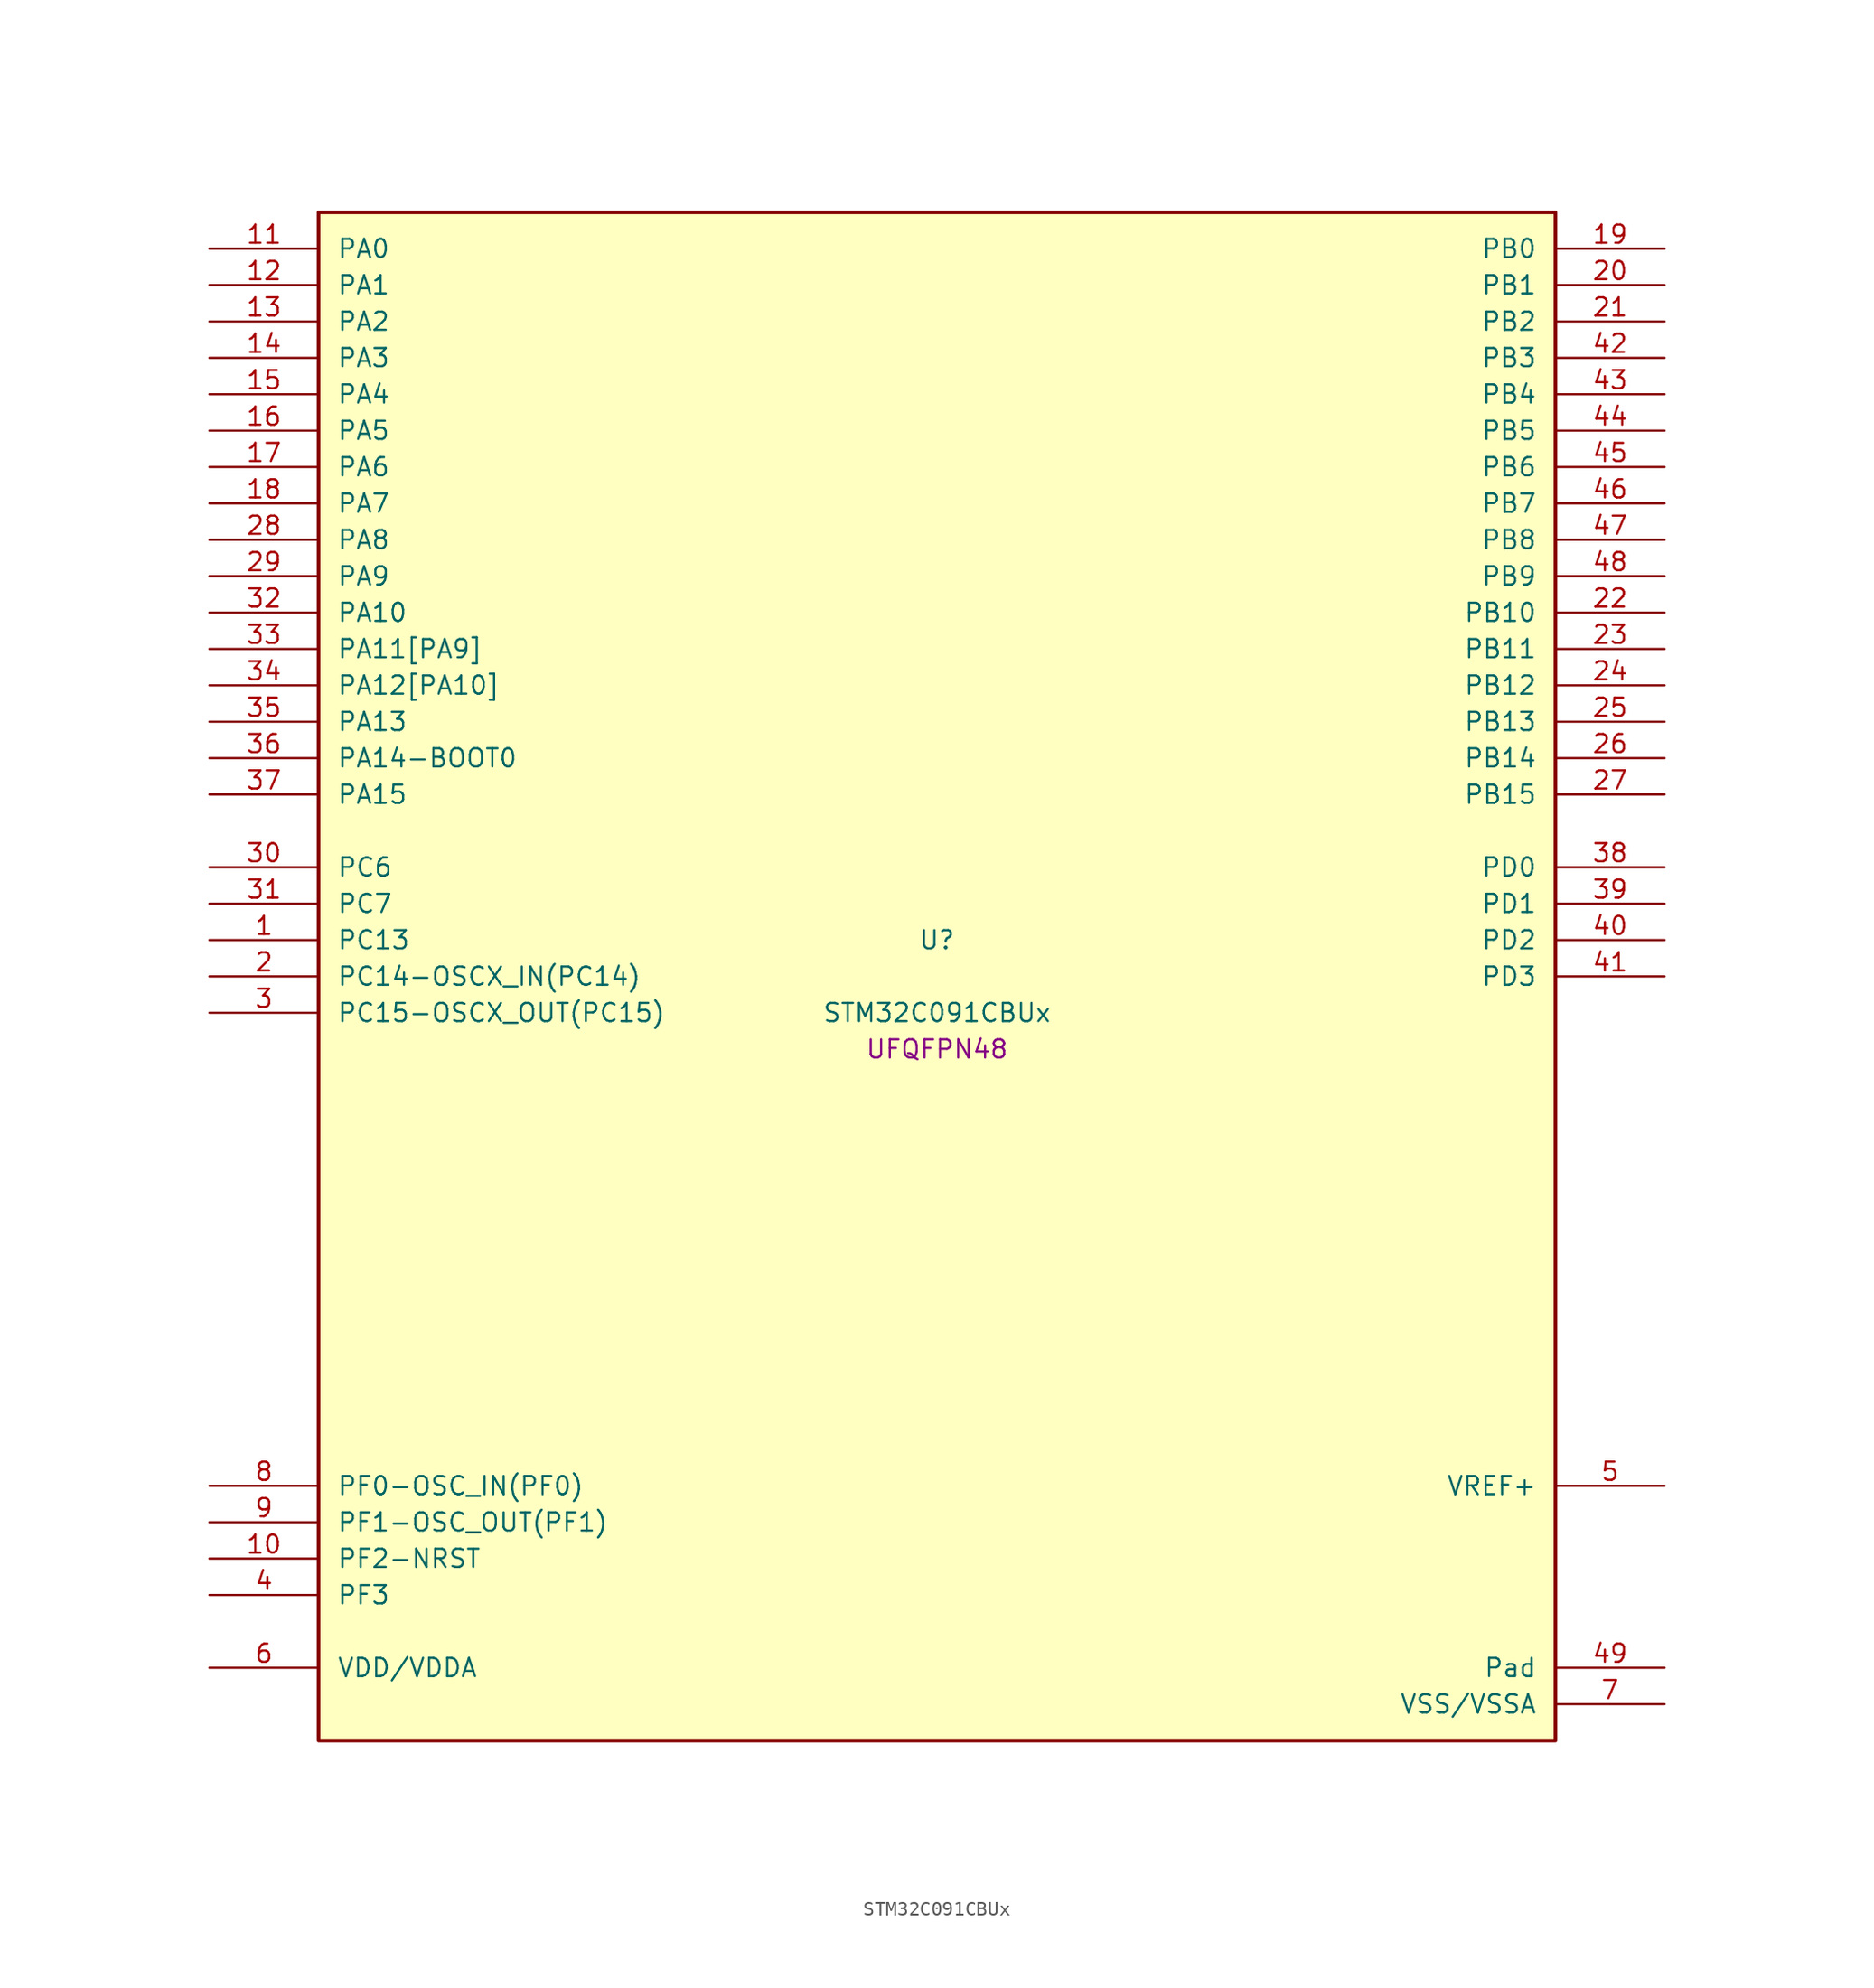
<source format=kicad_sym>
(kicad_symbol_lib
  (version 20241209)
  (generator "stm32_pkl_generator")
  (generator_version "1.0")
  (symbol "STM32C091CBUx"
    (pin_names
      (offset 1.27))
    (property "Reference" "U"
      (at 0 2.54 0))
    (property "Value" "STM32C091CBUx"
      (at 0 -2.54 0))
    (property "Footprint" "UFQFPN48"
      (at 0 -5.08 0))
    (symbol "STM32C091CBUx_1_1"
      (rectangle (start -43.18 53.34) (end 43.18 -53.34) (stroke (width 0.254) (type solid)) (fill (type background)))
      (pin bidirectional line (at -50.8 50.8 0) (length 7.62) (name "PA0") (number "11") (alternate "PA0/ADC1_IN0" bidirectional line) (alternate "PA0/PWR_WKUP1" bidirectional line) (alternate "PA0/SPI2_SCK" bidirectional line) (alternate "PA0/TIM16_CH1" bidirectional line) (alternate "PA0/TIM1_CH1" bidirectional line) (alternate "PA0/TIM2_CH1" bidirectional line) (alternate "PA0/TIM2_ETR" bidirectional line) (alternate "PA0/USART1_TX" bidirectional line) (alternate "PA0/USART2_CTS" bidirectional line) (alternate "PA0/USART2_NSS" bidirectional line) (alternate "PA0/USART4_TX" bidirectional line))
      (pin bidirectional line (at -50.8 48.26 0) (length 7.62) (name "PA1") (number "12") (alternate "PA1/ADC1_IN1" bidirectional line) (alternate "PA1/I2C1_SMBA" bidirectional line) (alternate "PA1/I2S1_CK" bidirectional line) (alternate "PA1/SPI1_SCK" bidirectional line) (alternate "PA1/TIM15_CH1N" bidirectional line) (alternate "PA1/TIM17_CH1" bidirectional line) (alternate "PA1/TIM1_CH2" bidirectional line) (alternate "PA1/TIM2_CH2" bidirectional line) (alternate "PA1/USART1_RX" bidirectional line) (alternate "PA1/USART2_CK" bidirectional line) (alternate "PA1/USART2_DE" bidirectional line) (alternate "PA1/USART2_RTS" bidirectional line) (alternate "PA1/USART4_RX" bidirectional line))
      (pin bidirectional line (at -50.8 45.72 0) (length 7.62) (name "PA2") (number "13") (alternate "PA2/ADC1_IN2" bidirectional line) (alternate "PA2/I2S1_SD" bidirectional line) (alternate "PA2/PWR_WKUP4" bidirectional line) (alternate "PA2/RCC_LSCO" bidirectional line) (alternate "PA2/SPI1_MOSI" bidirectional line) (alternate "PA2/TIM15_CH1" bidirectional line) (alternate "PA2/TIM16_CH1N" bidirectional line) (alternate "PA2/TIM1_CH3" bidirectional line) (alternate "PA2/TIM2_CH3" bidirectional line) (alternate "PA2/TIM3_ETR" bidirectional line) (alternate "PA2/USART2_TX" bidirectional line))
      (pin bidirectional line (at -50.8 43.18 0) (length 7.62) (name "PA3") (number "14") (alternate "PA3/ADC1_IN3" bidirectional line) (alternate "PA3/SPI2_MISO" bidirectional line) (alternate "PA3/TIM15_CH2" bidirectional line) (alternate "PA3/TIM1_CH1N" bidirectional line) (alternate "PA3/TIM1_CH4" bidirectional line) (alternate "PA3/TIM2_CH4" bidirectional line) (alternate "PA3/USART2_RX" bidirectional line))
      (pin bidirectional line (at -50.8 40.64 0) (length 7.62) (name "PA4") (number "15") (alternate "PA4/ADC1_IN4" bidirectional line) (alternate "PA4/I2S1_WS" bidirectional line) (alternate "PA4/RTC_OUT2" bidirectional line) (alternate "PA4/SPI1_NSS" bidirectional line) (alternate "PA4/SPI2_MOSI" bidirectional line) (alternate "PA4/TIM14_CH1" bidirectional line) (alternate "PA4/TIM17_CH1N" bidirectional line) (alternate "PA4/TIM1_CH2N" bidirectional line) (alternate "PA4/USART2_TX" bidirectional line))
      (pin bidirectional line (at -50.8 38.1 0) (length 7.62) (name "PA5") (number "16") (alternate "PA5/ADC1_IN5" bidirectional line) (alternate "PA5/I2S1_CK" bidirectional line) (alternate "PA5/SPI1_SCK" bidirectional line) (alternate "PA5/TIM1_CH1" bidirectional line) (alternate "PA5/TIM1_CH3N" bidirectional line) (alternate "PA5/TIM2_CH1" bidirectional line) (alternate "PA5/TIM2_ETR" bidirectional line) (alternate "PA5/USART2_RX" bidirectional line) (alternate "PA5/USART3_TX" bidirectional line))
      (pin bidirectional line (at -50.8 35.56 0) (length 7.62) (name "PA6") (number "17") (alternate "PA6/ADC1_IN6" bidirectional line) (alternate "PA6/I2C2_SDA" bidirectional line) (alternate "PA6/I2S1_MCK" bidirectional line) (alternate "PA6/SPI1_MISO" bidirectional line) (alternate "PA6/TIM16_CH1" bidirectional line) (alternate "PA6/TIM1_BKIN" bidirectional line) (alternate "PA6/TIM3_CH1" bidirectional line) (alternate "PA6/USART3_CTS" bidirectional line) (alternate "PA6/USART3_NSS" bidirectional line))
      (pin bidirectional line (at -50.8 33.02 0) (length 7.62) (name "PA7") (number "18") (alternate "PA7/ADC1_IN7" bidirectional line) (alternate "PA7/I2C2_SCL" bidirectional line) (alternate "PA7/I2S1_SD" bidirectional line) (alternate "PA7/SPI1_MOSI" bidirectional line) (alternate "PA7/TIM14_CH1" bidirectional line) (alternate "PA7/TIM17_CH1" bidirectional line) (alternate "PA7/TIM1_CH1N" bidirectional line) (alternate "PA7/TIM3_CH2" bidirectional line))
      (pin bidirectional line (at -50.8 30.48 0) (length 7.62) (name "PA8") (number "28") (alternate "PA8/ADC1_IN8" bidirectional line) (alternate "PA8/I2S1_WS" bidirectional line) (alternate "PA8/RCC_MCO" bidirectional line) (alternate "PA8/RCC_MCO_2" bidirectional line) (alternate "PA8/SPI1_NSS" bidirectional line) (alternate "PA8/SPI2_MISO" bidirectional line) (alternate "PA8/SPI2_NSS" bidirectional line) (alternate "PA8/TIM14_CH1" bidirectional line) (alternate "PA8/TIM1_CH1" bidirectional line) (alternate "PA8/TIM1_CH2N" bidirectional line) (alternate "PA8/TIM1_CH3N" bidirectional line) (alternate "PA8/TIM3_CH3" bidirectional line) (alternate "PA8/TIM3_CH4" bidirectional line) (alternate "PA8/USART1_RX" bidirectional line) (alternate "PA8/USART2_TX" bidirectional line))
      (pin bidirectional line (at -50.8 27.94 0) (length 7.62) (name "PA9") (number "29") (alternate "PA9/I2C1_SCL" bidirectional line) (alternate "PA9/I2C2_SCL" bidirectional line) (alternate "PA9/RCC_MCO" bidirectional line) (alternate "PA9/SPI2_MISO" bidirectional line) (alternate "PA9/TIM15_BKIN" bidirectional line) (alternate "PA9/TIM1_CH2" bidirectional line) (alternate "PA9/TIM3_ETR" bidirectional line) (alternate "PA9/USART1_TX" bidirectional line) (alternate "PA9/NC" bidirectional line))
      (pin bidirectional line (at -50.8 25.4 0) (length 7.62) (name "PA10") (number "32") (alternate "PA10/I2C1_SDA" bidirectional line) (alternate "PA10/I2C2_SDA" bidirectional line) (alternate "PA10/RCC_MCO_2" bidirectional line) (alternate "PA10/SPI2_MOSI" bidirectional line) (alternate "PA10/TIM17_BKIN" bidirectional line) (alternate "PA10/TIM1_CH3" bidirectional line) (alternate "PA10/USART1_RX" bidirectional line) (alternate "PA10/NC" bidirectional line))
      (pin bidirectional line (at -50.8 22.86 0) (length 7.62) (name "PA11[PA9]") (number "33") (alternate "PA11[PA9]/ADC1_EXTI11" bidirectional line) (alternate "PA11[PA9]/I2C2_SCL" bidirectional line) (alternate "PA11[PA9]/I2S1_MCK" bidirectional line) (alternate "PA11[PA9]/SPI1_MISO" bidirectional line) (alternate "PA11[PA9]/TIM1_BKIN2" bidirectional line) (alternate "PA11[PA9]/TIM1_CH4" bidirectional line) (alternate "PA11[PA9]/USART1_CTS" bidirectional line) (alternate "PA11[PA9]/USART1_NSS" bidirectional line) (alternate "PA11[PA9]/PA9[PA11]" bidirectional line) (alternate "PA11[PA9]/I2C1_SCL" bidirectional line) (alternate "PA11[PA9]/RCC_MCO" bidirectional line) (alternate "PA11[PA9]/SPI2_MISO" bidirectional line) (alternate "PA11[PA9]/TIM15_BKIN" bidirectional line) (alternate "PA11[PA9]/TIM1_CH2" bidirectional line) (alternate "PA11[PA9]/TIM3_ETR" bidirectional line) (alternate "PA11[PA9]/USART1_TX" bidirectional line))
      (pin bidirectional line (at -50.8 20.32 0) (length 7.62) (name "PA12[PA10]") (number "34") (alternate "PA12[PA10]/I2C2_SDA" bidirectional line) (alternate "PA12[PA10]/I2S1_SD" bidirectional line) (alternate "PA12[PA10]/I2S_CKIN" bidirectional line) (alternate "PA12[PA10]/SPI1_MOSI" bidirectional line) (alternate "PA12[PA10]/TIM1_ETR" bidirectional line) (alternate "PA12[PA10]/USART1_CK" bidirectional line) (alternate "PA12[PA10]/USART1_DE" bidirectional line) (alternate "PA12[PA10]/USART1_RTS" bidirectional line) (alternate "PA12[PA10]/PA10[PA12]" bidirectional line) (alternate "PA12[PA10]/I2C1_SDA" bidirectional line) (alternate "PA12[PA10]/RCC_MCO_2" bidirectional line) (alternate "PA12[PA10]/SPI2_MOSI" bidirectional line) (alternate "PA12[PA10]/TIM17_BKIN" bidirectional line) (alternate "PA12[PA10]/TIM1_CH3" bidirectional line) (alternate "PA12[PA10]/USART1_RX" bidirectional line))
      (pin bidirectional line (at -50.8 17.78 0) (length 7.62) (name "PA13") (number "35") (alternate "PA13/ADC1_IN13" bidirectional line) (alternate "PA13/DEBUG_SWDIO" bidirectional line) (alternate "PA13/IR_OUT" bidirectional line) (alternate "PA13/TIM3_ETR" bidirectional line) (alternate "PA13/USART2_RX" bidirectional line))
      (pin bidirectional line (at -50.8 15.24 0) (length 7.62) (name "PA14-BOOT0") (number "36") (alternate "PA14-BOOT0/ADC1_IN14" bidirectional line) (alternate "PA14-BOOT0/BOOT0" bidirectional line) (alternate "PA14-BOOT0/DEBUG_SWCLK" bidirectional line) (alternate "PA14-BOOT0/I2S1_WS" bidirectional line) (alternate "PA14-BOOT0/RCC_MCO_2" bidirectional line) (alternate "PA14-BOOT0/SPI1_NSS" bidirectional line) (alternate "PA14-BOOT0/TIM1_CH1" bidirectional line) (alternate "PA14-BOOT0/USART1_CK" bidirectional line) (alternate "PA14-BOOT0/USART1_DE" bidirectional line) (alternate "PA14-BOOT0/USART1_RTS" bidirectional line) (alternate "PA14-BOOT0/USART2_RX" bidirectional line) (alternate "PA14-BOOT0/USART2_TX" bidirectional line))
      (pin bidirectional line (at -50.8 12.7 0) (length 7.62) (name "PA15") (number "37") (alternate "PA15/I2S1_WS" bidirectional line) (alternate "PA15/RCC_MCO_2" bidirectional line) (alternate "PA15/SPI1_NSS" bidirectional line) (alternate "PA15/TIM1_CH1" bidirectional line) (alternate "PA15/TIM2_CH1" bidirectional line) (alternate "PA15/TIM2_ETR" bidirectional line) (alternate "PA15/USART1_CK" bidirectional line) (alternate "PA15/USART1_DE" bidirectional line) (alternate "PA15/USART1_RTS" bidirectional line) (alternate "PA15/USART2_RX" bidirectional line) (alternate "PA15/USART3_CK" bidirectional line) (alternate "PA15/USART3_DE" bidirectional line) (alternate "PA15/USART3_RTS" bidirectional line) (alternate "PA15/USART4_CK" bidirectional line) (alternate "PA15/USART4_DE" bidirectional line) (alternate "PA15/USART4_RTS" bidirectional line))
      (pin bidirectional line (at 50.8 50.8 180) (length 7.62) (name "PB0") (number "19") (alternate "PB0/ADC1_IN17" bidirectional line) (alternate "PB0/I2S1_WS" bidirectional line) (alternate "PB0/SPI1_NSS" bidirectional line) (alternate "PB0/TIM1_CH2N" bidirectional line) (alternate "PB0/TIM3_CH3" bidirectional line) (alternate "PB0/USART3_RX" bidirectional line))
      (pin bidirectional line (at 50.8 48.26 180) (length 7.62) (name "PB1") (number "20") (alternate "PB1/ADC1_IN18" bidirectional line) (alternate "PB1/TIM14_CH1" bidirectional line) (alternate "PB1/TIM1_CH2N" bidirectional line) (alternate "PB1/TIM1_CH3N" bidirectional line) (alternate "PB1/TIM3_CH4" bidirectional line) (alternate "PB1/USART3_CK" bidirectional line) (alternate "PB1/USART3_DE" bidirectional line) (alternate "PB1/USART3_RTS" bidirectional line))
      (pin bidirectional line (at 50.8 45.72 180) (length 7.62) (name "PB2") (number "21") (alternate "PB2/ADC1_IN19" bidirectional line) (alternate "PB2/RCC_MCO_2" bidirectional line) (alternate "PB2/SPI2_MISO" bidirectional line) (alternate "PB2/USART1_RX" bidirectional line) (alternate "PB2/USART3_TX" bidirectional line))
      (pin bidirectional line (at 50.8 43.18 180) (length 7.62) (name "PB3") (number "42") (alternate "PB3/I2C2_SCL" bidirectional line) (alternate "PB3/I2S1_CK" bidirectional line) (alternate "PB3/SPI1_SCK" bidirectional line) (alternate "PB3/TIM1_CH2" bidirectional line) (alternate "PB3/TIM2_CH2" bidirectional line) (alternate "PB3/TIM3_CH2" bidirectional line) (alternate "PB3/USART1_CK" bidirectional line) (alternate "PB3/USART1_DE" bidirectional line) (alternate "PB3/USART1_RTS" bidirectional line))
      (pin bidirectional line (at 50.8 40.64 180) (length 7.62) (name "PB4") (number "43") (alternate "PB4/I2C2_SDA" bidirectional line) (alternate "PB4/I2S1_MCK" bidirectional line) (alternate "PB4/SPI1_MISO" bidirectional line) (alternate "PB4/TIM17_BKIN" bidirectional line) (alternate "PB4/TIM3_CH1" bidirectional line) (alternate "PB4/USART1_CTS" bidirectional line) (alternate "PB4/USART1_NSS" bidirectional line))
      (pin bidirectional line (at 50.8 38.1 180) (length 7.62) (name "PB5") (number "44") (alternate "PB5/I2C1_SMBA" bidirectional line) (alternate "PB5/I2S1_SD" bidirectional line) (alternate "PB5/PWR_WKUP6" bidirectional line) (alternate "PB5/SPI1_MOSI" bidirectional line) (alternate "PB5/TIM16_BKIN" bidirectional line) (alternate "PB5/TIM3_CH2" bidirectional line) (alternate "PB5/TIM3_CH3" bidirectional line))
      (pin bidirectional line (at 50.8 35.56 180) (length 7.62) (name "PB6") (number "45") (alternate "PB6/I2C1_SCL" bidirectional line) (alternate "PB6/I2C1_SMBA" bidirectional line) (alternate "PB6/I2S1_CK" bidirectional line) (alternate "PB6/I2S1_MCK" bidirectional line) (alternate "PB6/I2S1_SD" bidirectional line) (alternate "PB6/PWR_WKUP3" bidirectional line) (alternate "PB6/SPI1_MISO" bidirectional line) (alternate "PB6/SPI1_MOSI" bidirectional line) (alternate "PB6/SPI1_SCK" bidirectional line) (alternate "PB6/SPI2_MISO" bidirectional line) (alternate "PB6/TIM16_BKIN" bidirectional line) (alternate "PB6/TIM16_CH1N" bidirectional line) (alternate "PB6/TIM1_CH2" bidirectional line) (alternate "PB6/TIM1_CH3" bidirectional line) (alternate "PB6/TIM3_CH1" bidirectional line) (alternate "PB6/TIM3_CH2" bidirectional line) (alternate "PB6/TIM3_CH3" bidirectional line) (alternate "PB6/USART1_CTS" bidirectional line) (alternate "PB6/USART1_NSS" bidirectional line) (alternate "PB6/USART1_TX" bidirectional line))
      (pin bidirectional line (at 50.8 33.02 180) (length 7.62) (name "PB7") (number "46") (alternate "PB7/I2C1_SCL" bidirectional line) (alternate "PB7/I2C1_SDA" bidirectional line) (alternate "PB7/SPI2_MOSI" bidirectional line) (alternate "PB7/TIM16_CH1" bidirectional line) (alternate "PB7/TIM17_CH1N" bidirectional line) (alternate "PB7/TIM1_CH4" bidirectional line) (alternate "PB7/TIM3_CH1" bidirectional line) (alternate "PB7/TIM3_CH4" bidirectional line) (alternate "PB7/USART1_RX" bidirectional line) (alternate "PB7/USART2_CTS" bidirectional line) (alternate "PB7/USART2_NSS" bidirectional line) (alternate "PB7/USART4_CTS" bidirectional line) (alternate "PB7/USART4_NSS" bidirectional line))
      (pin bidirectional line (at 50.8 30.48 180) (length 7.62) (name "PB8") (number "47") (alternate "PB8/I2C1_SCL" bidirectional line) (alternate "PB8/SPI2_SCK" bidirectional line) (alternate "PB8/TIM15_BKIN" bidirectional line) (alternate "PB8/TIM16_CH1" bidirectional line) (alternate "PB8/TIM3_CH1" bidirectional line) (alternate "PB8/USART2_CTS" bidirectional line) (alternate "PB8/USART2_NSS" bidirectional line) (alternate "PB8/USART3_TX" bidirectional line))
      (pin bidirectional line (at 50.8 27.94 180) (length 7.62) (name "PB9") (number "48") (alternate "PB9/I2C1_SDA" bidirectional line) (alternate "PB9/IR_OUT" bidirectional line) (alternate "PB9/SPI2_NSS" bidirectional line) (alternate "PB9/TIM17_CH1" bidirectional line) (alternate "PB9/TIM3_CH2" bidirectional line) (alternate "PB9/USART2_CK" bidirectional line) (alternate "PB9/USART2_DE" bidirectional line) (alternate "PB9/USART2_RTS" bidirectional line) (alternate "PB9/USART3_RX" bidirectional line))
      (pin bidirectional line (at 50.8 25.4 180) (length 7.62) (name "PB10") (number "22") (alternate "PB10/ADC1_IN20" bidirectional line) (alternate "PB10/I2C2_SCL" bidirectional line) (alternate "PB10/SPI2_SCK" bidirectional line) (alternate "PB10/TIM2_CH3" bidirectional line) (alternate "PB10/USART3_TX" bidirectional line))
      (pin bidirectional line (at 50.8 22.86 180) (length 7.62) (name "PB11") (number "23") (alternate "PB11/ADC1_EXTI11" bidirectional line) (alternate "PB11/ADC1_IN21" bidirectional line) (alternate "PB11/I2C2_SDA" bidirectional line) (alternate "PB11/SPI2_MOSI" bidirectional line) (alternate "PB11/TIM2_CH4" bidirectional line) (alternate "PB11/USART3_RX" bidirectional line))
      (pin bidirectional line (at 50.8 20.32 180) (length 7.62) (name "PB12") (number "24") (alternate "PB12/ADC1_IN22" bidirectional line) (alternate "PB12/SPI2_NSS" bidirectional line) (alternate "PB12/TIM15_BKIN" bidirectional line) (alternate "PB12/TIM1_BKIN" bidirectional line) (alternate "PB12/TIM1_BKIN2" bidirectional line))
      (pin bidirectional line (at 50.8 17.78 180) (length 7.62) (name "PB13") (number "25") (alternate "PB13/I2C2_SCL" bidirectional line) (alternate "PB13/SPI2_SCK" bidirectional line) (alternate "PB13/TIM15_CH1N" bidirectional line) (alternate "PB13/TIM1_CH1N" bidirectional line) (alternate "PB13/USART3_CTS" bidirectional line) (alternate "PB13/USART3_NSS" bidirectional line))
      (pin bidirectional line (at 50.8 15.24 180) (length 7.62) (name "PB14") (number "26") (alternate "PB14/I2C2_SDA" bidirectional line) (alternate "PB14/SPI2_MISO" bidirectional line) (alternate "PB14/TIM15_CH1" bidirectional line) (alternate "PB14/TIM1_CH2N" bidirectional line) (alternate "PB14/USART3_CK" bidirectional line) (alternate "PB14/USART3_DE" bidirectional line) (alternate "PB14/USART3_RTS" bidirectional line))
      (pin bidirectional line (at 50.8 12.7 180) (length 7.62) (name "PB15") (number "27") (alternate "PB15/RTC_REFIN" bidirectional line) (alternate "PB15/SPI2_MOSI" bidirectional line) (alternate "PB15/TIM15_CH1N" bidirectional line) (alternate "PB15/TIM15_CH2" bidirectional line) (alternate "PB15/TIM1_CH3N" bidirectional line))
      (pin bidirectional line (at -50.8 7.62 0) (length 7.62) (name "PC6") (number "30") (alternate "PC6/TIM2_CH3" bidirectional line) (alternate "PC6/TIM3_CH1" bidirectional line))
      (pin bidirectional line (at -50.8 5.08 0) (length 7.62) (name "PC7") (number "31") (alternate "PC7/TIM2_CH4" bidirectional line) (alternate "PC7/TIM3_CH2" bidirectional line))
      (pin bidirectional line (at -50.8 2.54 0) (length 7.62) (name "PC13") (number "1") (alternate "PC13/PWR_WKUP2" bidirectional line) (alternate "PC13/RTC_OUT1" bidirectional line) (alternate "PC13/RTC_TS" bidirectional line) (alternate "PC13/TIM1_BKIN" bidirectional line) (alternate "PC13/TIM1_ETR" bidirectional line))
      (pin bidirectional line (at -50.8 0 0) (length 7.62) (name "PC14-OSCX_IN(PC14)") (number "2") (alternate "PC14-OSCX_IN(PC14)/I2C1_SDA" bidirectional line) (alternate "PC14-OSCX_IN(PC14)/IR_OUT" bidirectional line) (alternate "PC14-OSCX_IN(PC14)/RCC_OSCX_IN" bidirectional line) (alternate "PC14-OSCX_IN(PC14)/SPI2_NSS" bidirectional line) (alternate "PC14-OSCX_IN(PC14)/TIM17_CH1" bidirectional line) (alternate "PC14-OSCX_IN(PC14)/TIM1_BKIN2" bidirectional line) (alternate "PC14-OSCX_IN(PC14)/TIM1_ETR" bidirectional line) (alternate "PC14-OSCX_IN(PC14)/TIM3_CH2" bidirectional line) (alternate "PC14-OSCX_IN(PC14)/USART1_TX" bidirectional line) (alternate "PC14-OSCX_IN(PC14)/USART2_CK" bidirectional line) (alternate "PC14-OSCX_IN(PC14)/USART2_DE" bidirectional line) (alternate "PC14-OSCX_IN(PC14)/USART2_RTS" bidirectional line) (alternate "PC14-OSCX_IN(PC14)/USART3_TX" bidirectional line))
      (pin bidirectional line (at -50.8 -2.54 0) (length 7.62) (name "PC15-OSCX_OUT(PC15)") (number "3") (alternate "PC15-OSCX_OUT(PC15)/RCC_OSC32_EN" bidirectional line) (alternate "PC15-OSCX_OUT(PC15)/RCC_OSCX_OUT" bidirectional line) (alternate "PC15-OSCX_OUT(PC15)/RCC_OSC_EN" bidirectional line) (alternate "PC15-OSCX_OUT(PC15)/TIM15_BKIN" bidirectional line) (alternate "PC15-OSCX_OUT(PC15)/TIM1_ETR" bidirectional line) (alternate "PC15-OSCX_OUT(PC15)/TIM3_CH3" bidirectional line))
      (pin bidirectional line (at 50.8 7.62 180) (length 7.62) (name "PD0") (number "38") (alternate "PD0/SPI2_NSS" bidirectional line) (alternate "PD0/TIM16_CH1" bidirectional line))
      (pin bidirectional line (at 50.8 5.08 180) (length 7.62) (name "PD1") (number "39") (alternate "PD1/SPI2_SCK" bidirectional line) (alternate "PD1/TIM17_CH1" bidirectional line))
      (pin bidirectional line (at 50.8 2.54 180) (length 7.62) (name "PD2") (number "40") (alternate "PD2/TIM1_CH1N" bidirectional line) (alternate "PD2/TIM3_ETR" bidirectional line) (alternate "PD2/USART3_CK" bidirectional line) (alternate "PD2/USART3_DE" bidirectional line) (alternate "PD2/USART3_RTS" bidirectional line))
      (pin bidirectional line (at 50.8 0 180) (length 7.62) (name "PD3") (number "41") (alternate "PD3/SPI2_MISO" bidirectional line) (alternate "PD3/TIM1_CH2N" bidirectional line) (alternate "PD3/USART2_CTS" bidirectional line) (alternate "PD3/USART2_NSS" bidirectional line))
      (pin bidirectional line (at -50.8 -35.56 0) (length 7.62) (name "PF0-OSC_IN(PF0)") (number "8") (alternate "PF0-OSC_IN(PF0)/RCC_OSC_IN" bidirectional line) (alternate "PF0-OSC_IN(PF0)/TIM14_CH1" bidirectional line))
      (pin bidirectional line (at -50.8 -38.1 0) (length 7.62) (name "PF1-OSC_OUT(PF1)") (number "9") (alternate "PF1-OSC_OUT(PF1)/RCC_OSC_EN" bidirectional line) (alternate "PF1-OSC_OUT(PF1)/RCC_OSC_OUT" bidirectional line) (alternate "PF1-OSC_OUT(PF1)/TIM15_CH1N" bidirectional line))
      (pin bidirectional line (at -50.8 -40.64 0) (length 7.62) (name "PF2-NRST") (number "10") (alternate "PF2-NRST/RCC_MCO" bidirectional line) (alternate "PF2-NRST/TIM1_CH4" bidirectional line))
      (pin bidirectional line (at -50.8 -43.18 0) (length 7.62) (name "PF3") (number "4"))
      (pin bidirectional line (at 50.8 -35.56 180) (length 7.62) (name "VREF+") (number "5"))
      (pin power_in line (at -50.8 -48.26 0) (length 7.62) (name "VDD/VDDA") (number "6"))
      (pin passive line (at 50.8 -48.26 180) (length 7.62) (name "Pad") (number "49"))
      (pin power_in line (at 50.8 -50.8 180) (length 7.62) (name "VSS/VSSA") (number "7")))))
</source>
